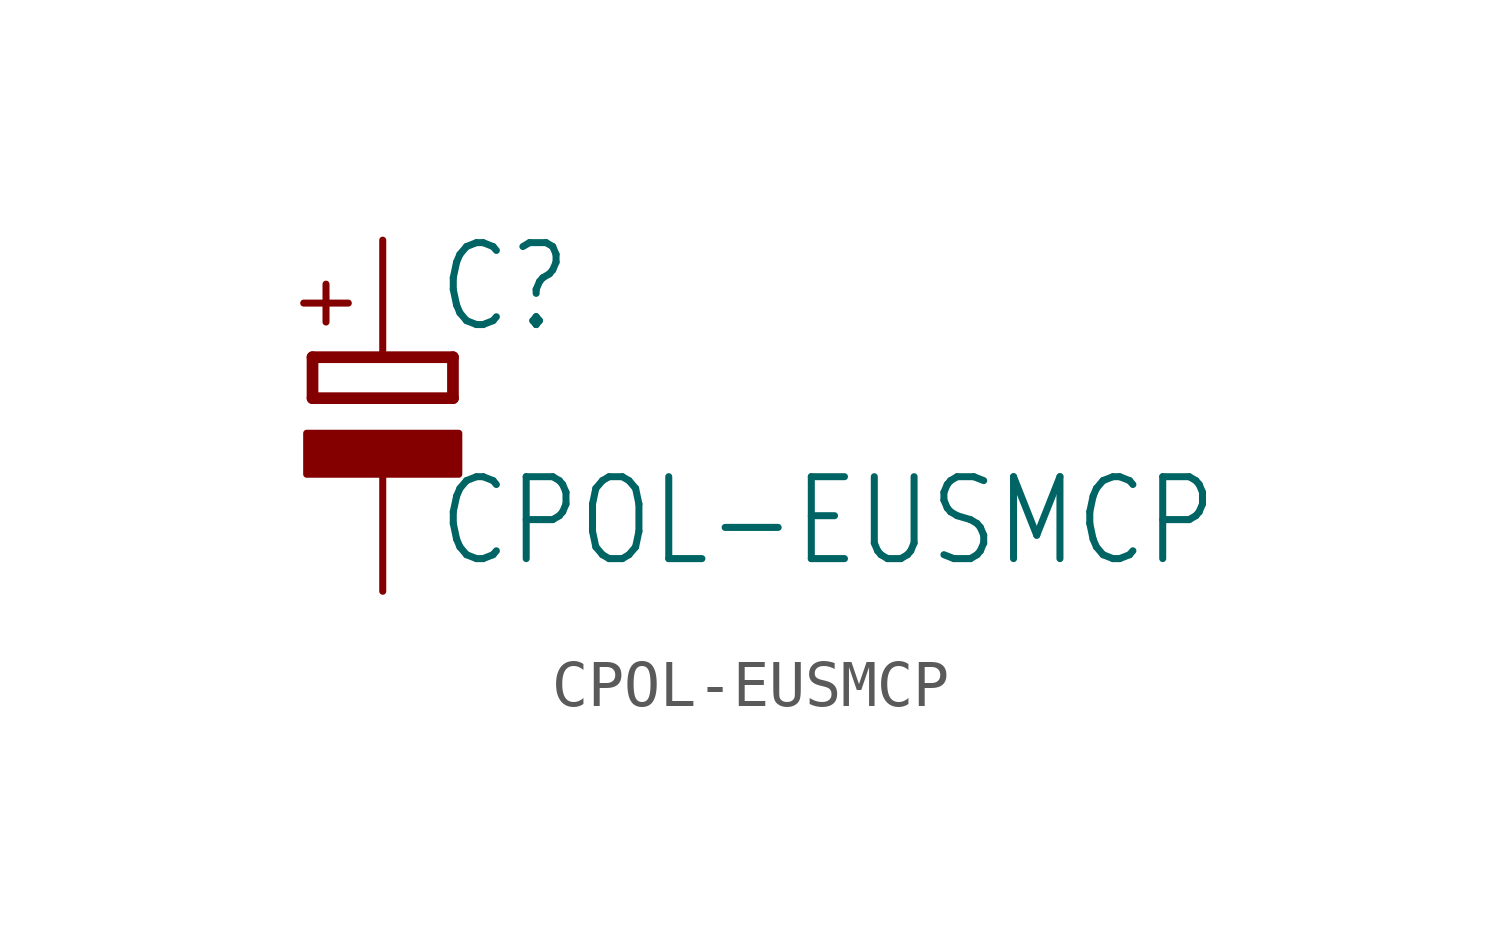
<source format=kicad_sym>
(kicad_symbol_lib
  (version 20220914)
  (generator kicad_symbol_editor)
  (symbol "CPOL-EUSMCP"
    (property "Reference" "C"
      (at 1.143 0.483 0)
      (effects (font (size 1.778 1.511)) (justify left bottom)))
    (property "Value" "CPOL-EUSMCP"
      (at 1.143 -4.597 0)
      (effects (font (size 1.778 1.511)) (justify left bottom)))
    (property "ki_locked" ""
      (at 0 0 0)
      (effects (font (size 1.27 1.27))))
    (symbol "CPOL-EUSMCP_1_0"
      (rectangle (start -1.651 -2.54) (end 1.651 -1.651) (stroke (width 0) (type default)) (fill (type outline)))
      (polyline (pts (xy -1.524 -0.889) (xy 1.524 -0.889)) (stroke (width 0.254) (type default)) (fill (type none)))
      (polyline (pts (xy -1.524 0) (xy -1.524 -0.889)) (stroke (width 0.254) (type default)) (fill (type none)))
      (polyline (pts (xy -1.524 0) (xy 1.524 0)) (stroke (width 0.254) (type default)) (fill (type none)))
      (polyline (pts (xy 1.524 -0.889) (xy 1.524 0)) (stroke (width 0.254) (type default)) (fill (type none)))
      (text "+" (at -0.584 0.406 900) (effects (font (size 1.27 1.079)) (justify left bottom)))
      (pin passive line (at 0 2.54 270) (length 2.54) (name "+" (effects (font (size 0 0)))) (number "+" (effects (font (size 0 0)))))
      (pin passive line (at 0 -5.08 90) (length 2.54) (name "-" (effects (font (size 0 0)))) (number "-" (effects (font (size 0 0))))))))
</source>
